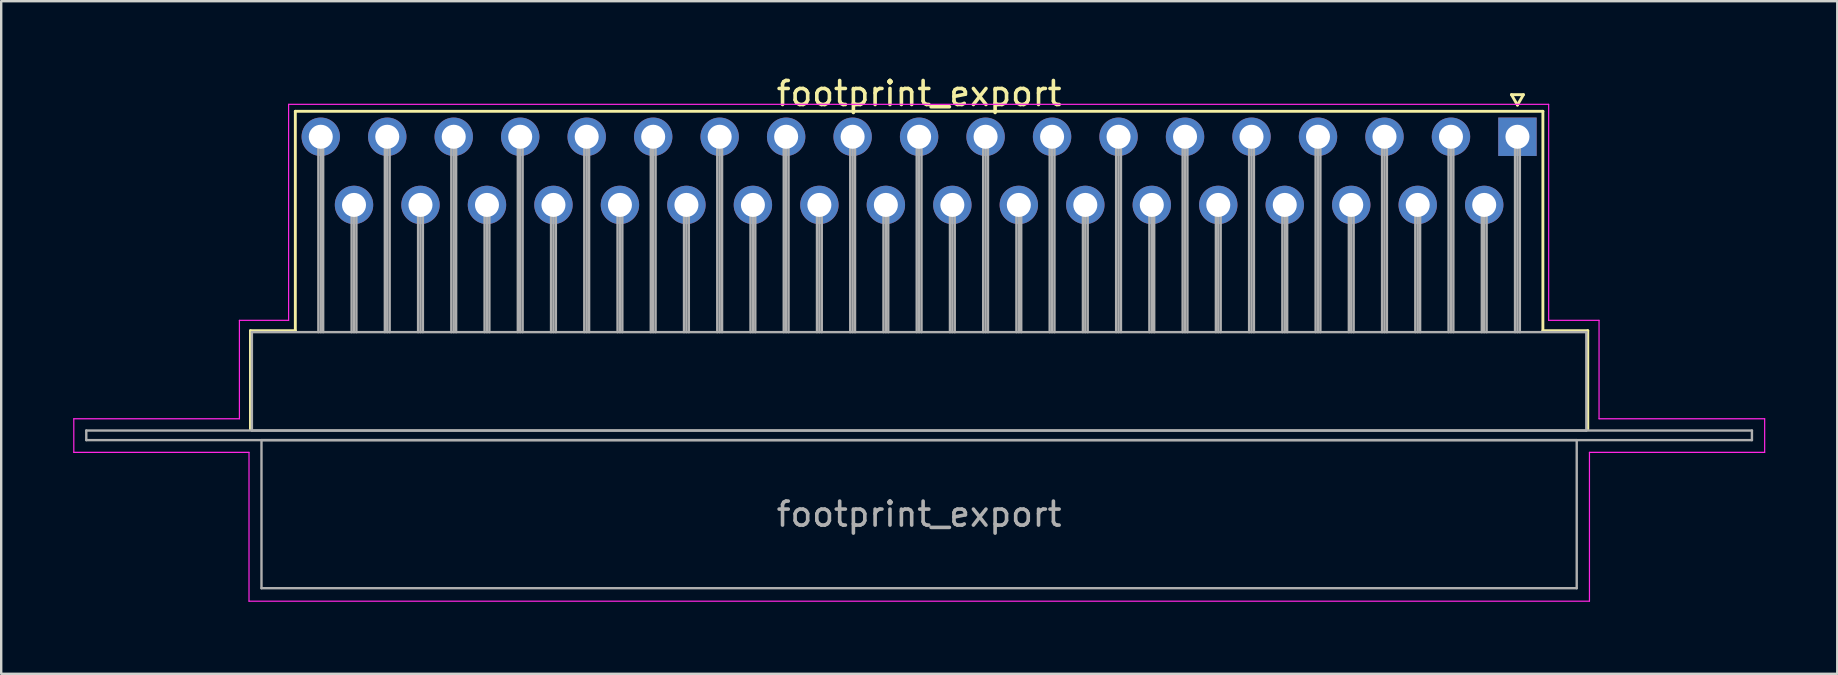
<source format=kicad_pcb>
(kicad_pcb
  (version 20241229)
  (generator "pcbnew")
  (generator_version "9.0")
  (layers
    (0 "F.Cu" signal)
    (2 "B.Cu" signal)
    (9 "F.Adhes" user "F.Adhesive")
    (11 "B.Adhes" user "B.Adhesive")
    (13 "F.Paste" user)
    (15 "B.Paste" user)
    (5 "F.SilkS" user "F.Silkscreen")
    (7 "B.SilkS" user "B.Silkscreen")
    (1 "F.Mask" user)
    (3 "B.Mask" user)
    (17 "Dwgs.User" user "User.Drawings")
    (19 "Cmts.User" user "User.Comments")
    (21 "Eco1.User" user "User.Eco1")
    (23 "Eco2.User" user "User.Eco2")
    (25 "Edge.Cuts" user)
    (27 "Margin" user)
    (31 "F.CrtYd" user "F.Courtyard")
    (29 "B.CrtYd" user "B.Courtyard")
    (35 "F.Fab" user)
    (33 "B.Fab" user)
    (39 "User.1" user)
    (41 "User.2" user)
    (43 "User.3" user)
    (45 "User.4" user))
  (footprint "footprint_export"
    (layer "F.Cu")
    (at 60.175 2.648)
    (property "Reference" "footprint_export" (at -24.93 -1.8 0) (layer "F.SilkS") (effects (font (size 1 1) (thickness 0.15))))
    (attr through_hole)
    (fp_line (start -52.79 8.08) (end -50.92 8.08) (stroke (width 0.12) (type solid)) (layer "F.SilkS"))
    (fp_line (start -52.79 12.18) (end -52.79 8.08) (stroke (width 0.12) (type solid)) (layer "F.SilkS"))
    (fp_line (start -50.92 -1.06) (end 1.06 -1.06) (stroke (width 0.12) (type solid)) (layer "F.SilkS"))
    (fp_line (start -50.92 8.08) (end -50.92 -1.06) (stroke (width 0.12) (type solid)) (layer "F.SilkS"))
    (fp_line (start -0.25 -1.754) (end 0.25 -1.754) (stroke (width 0.12) (type solid)) (layer "F.SilkS"))
    (fp_line (start 0 -1.321) (end -0.25 -1.754) (stroke (width 0.12) (type solid)) (layer "F.SilkS"))
    (fp_line (start 0.25 -1.754) (end 0 -1.321) (stroke (width 0.12) (type solid)) (layer "F.SilkS"))
    (fp_line (start 1.06 -1.06) (end 1.06 8.08) (stroke (width 0.12) (type solid)) (layer "F.SilkS"))
    (fp_line (start 1.06 8.08) (end 2.93 8.08) (stroke (width 0.12) (type solid)) (layer "F.SilkS"))
    (fp_line (start 2.93 8.08) (end 2.93 12.18) (stroke (width 0.12) (type solid)) (layer "F.SilkS"))
    (fp_line (start -60.15 11.75) (end -53.25 11.75) (stroke (width 0.05) (type solid)) (layer "F.CrtYd"))
    (fp_line (start -60.15 13.15) (end -60.15 11.75) (stroke (width 0.05) (type solid)) (layer "F.CrtYd"))
    (fp_line (start -53.25 7.65) (end -51.2 7.65) (stroke (width 0.05) (type solid)) (layer "F.CrtYd"))
    (fp_line (start -53.25 11.75) (end -53.25 7.65) (stroke (width 0.05) (type solid)) (layer "F.CrtYd"))
    (fp_line (start -52.85 13.15) (end -60.15 13.15) (stroke (width 0.05) (type solid)) (layer "F.CrtYd"))
    (fp_line (start -52.85 19.35) (end -52.85 13.15) (stroke (width 0.05) (type solid)) (layer "F.CrtYd"))
    (fp_line (start -51.2 -1.35) (end 1.3 -1.35) (stroke (width 0.05) (type solid)) (layer "F.CrtYd"))
    (fp_line (start -51.2 7.65) (end -51.2 -1.35) (stroke (width 0.05) (type solid)) (layer "F.CrtYd"))
    (fp_line (start 1.3 -1.35) (end 1.3 7.65) (stroke (width 0.05) (type solid)) (layer "F.CrtYd"))
    (fp_line (start 1.3 7.65) (end 3.4 7.65) (stroke (width 0.05) (type solid)) (layer "F.CrtYd"))
    (fp_line (start 3 13.15) (end 3 19.35) (stroke (width 0.05) (type solid)) (layer "F.CrtYd"))
    (fp_line (start 3 19.35) (end -52.85 19.35) (stroke (width 0.05) (type solid)) (layer "F.CrtYd"))
    (fp_line (start 3.4 7.65) (end 3.4 11.75) (stroke (width 0.05) (type solid)) (layer "F.CrtYd"))
    (fp_line (start 3.4 11.75) (end 10.3 11.75) (stroke (width 0.05) (type solid)) (layer "F.CrtYd"))
    (fp_line (start 10.3 11.75) (end 10.3 13.15) (stroke (width 0.05) (type solid)) (layer "F.CrtYd"))
    (fp_line (start 10.3 13.15) (end 3 13.15) (stroke (width 0.05) (type solid)) (layer "F.CrtYd"))
    (fp_line (start -59.63 12.24) (end -59.63 12.64) (stroke (width 0.1) (type solid)) (layer "F.Fab"))
    (fp_line (start -59.63 12.64) (end 9.77 12.64) (stroke (width 0.1) (type solid)) (layer "F.Fab"))
    (fp_line (start -52.73 8.14) (end -52.73 12.24) (stroke (width 0.1) (type solid)) (layer "F.Fab"))
    (fp_line (start -52.73 12.24) (end 2.87 12.24) (stroke (width 0.1) (type solid)) (layer "F.Fab"))
    (fp_line (start -52.33 12.64) (end -52.33 18.81) (stroke (width 0.1) (type solid)) (layer "F.Fab"))
    (fp_line (start -52.33 18.81) (end 2.47 18.81) (stroke (width 0.1) (type solid)) (layer "F.Fab"))
    (fp_line (start -49.96 0) (end -49.96 8.14) (stroke (width 0.1) (type solid)) (layer "F.Fab"))
    (fp_line (start -49.86 0) (end -49.86 8.14) (stroke (width 0.1) (type solid)) (layer "F.Fab"))
    (fp_line (start -49.76 0) (end -49.76 8.14) (stroke (width 0.1) (type solid)) (layer "F.Fab"))
    (fp_line (start -48.575 2.84) (end -48.575 8.14) (stroke (width 0.1) (type solid)) (layer "F.Fab"))
    (fp_line (start -48.475 2.84) (end -48.475 8.14) (stroke (width 0.1) (type solid)) (layer "F.Fab"))
    (fp_line (start -48.375 2.84) (end -48.375 8.14) (stroke (width 0.1) (type solid)) (layer "F.Fab"))
    (fp_line (start -47.19 0) (end -47.19 8.14) (stroke (width 0.1) (type solid)) (layer "F.Fab"))
    (fp_line (start -47.09 0) (end -47.09 8.14) (stroke (width 0.1) (type solid)) (layer "F.Fab"))
    (fp_line (start -46.99 0) (end -46.99 8.14) (stroke (width 0.1) (type solid)) (layer "F.Fab"))
    (fp_line (start -45.805 2.84) (end -45.805 8.14) (stroke (width 0.1) (type solid)) (layer "F.Fab"))
    (fp_line (start -45.705 2.84) (end -45.705 8.14) (stroke (width 0.1) (type solid)) (layer "F.Fab"))
    (fp_line (start -45.605 2.84) (end -45.605 8.14) (stroke (width 0.1) (type solid)) (layer "F.Fab"))
    (fp_line (start -44.42 0) (end -44.42 8.14) (stroke (width 0.1) (type solid)) (layer "F.Fab"))
    (fp_line (start -44.32 0) (end -44.32 8.14) (stroke (width 0.1) (type solid)) (layer "F.Fab"))
    (fp_line (start -44.22 0) (end -44.22 8.14) (stroke (width 0.1) (type solid)) (layer "F.Fab"))
    (fp_line (start -43.035 2.84) (end -43.035 8.14) (stroke (width 0.1) (type solid)) (layer "F.Fab"))
    (fp_line (start -42.935 2.84) (end -42.935 8.14) (stroke (width 0.1) (type solid)) (layer "F.Fab"))
    (fp_line (start -42.835 2.84) (end -42.835 8.14) (stroke (width 0.1) (type solid)) (layer "F.Fab"))
    (fp_line (start -41.65 0) (end -41.65 8.14) (stroke (width 0.1) (type solid)) (layer "F.Fab"))
    (fp_line (start -41.55 0) (end -41.55 8.14) (stroke (width 0.1) (type solid)) (layer "F.Fab"))
    (fp_line (start -41.45 0) (end -41.45 8.14) (stroke (width 0.1) (type solid)) (layer "F.Fab"))
    (fp_line (start -40.265 2.84) (end -40.265 8.14) (stroke (width 0.1) (type solid)) (layer "F.Fab"))
    (fp_line (start -40.165 2.84) (end -40.165 8.14) (stroke (width 0.1) (type solid)) (layer "F.Fab"))
    (fp_line (start -40.065 2.84) (end -40.065 8.14) (stroke (width 0.1) (type solid)) (layer "F.Fab"))
    (fp_line (start -38.88 0) (end -38.88 8.14) (stroke (width 0.1) (type solid)) (layer "F.Fab"))
    (fp_line (start -38.78 0) (end -38.78 8.14) (stroke (width 0.1) (type solid)) (layer "F.Fab"))
    (fp_line (start -38.68 0) (end -38.68 8.14) (stroke (width 0.1) (type solid)) (layer "F.Fab"))
    (fp_line (start -37.495 2.84) (end -37.495 8.14) (stroke (width 0.1) (type solid)) (layer "F.Fab"))
    (fp_line (start -37.395 2.84) (end -37.395 8.14) (stroke (width 0.1) (type solid)) (layer "F.Fab"))
    (fp_line (start -37.295 2.84) (end -37.295 8.14) (stroke (width 0.1) (type solid)) (layer "F.Fab"))
    (fp_line (start -36.11 0) (end -36.11 8.14) (stroke (width 0.1) (type solid)) (layer "F.Fab"))
    (fp_line (start -36.01 0) (end -36.01 8.14) (stroke (width 0.1) (type solid)) (layer "F.Fab"))
    (fp_line (start -35.91 0) (end -35.91 8.14) (stroke (width 0.1) (type solid)) (layer "F.Fab"))
    (fp_line (start -34.725 2.84) (end -34.725 8.14) (stroke (width 0.1) (type solid)) (layer "F.Fab"))
    (fp_line (start -34.625 2.84) (end -34.625 8.14) (stroke (width 0.1) (type solid)) (layer "F.Fab"))
    (fp_line (start -34.525 2.84) (end -34.525 8.14) (stroke (width 0.1) (type solid)) (layer "F.Fab"))
    (fp_line (start -33.34 0) (end -33.34 8.14) (stroke (width 0.1) (type solid)) (layer "F.Fab"))
    (fp_line (start -33.24 0) (end -33.24 8.14) (stroke (width 0.1) (type solid)) (layer "F.Fab"))
    (fp_line (start -33.14 0) (end -33.14 8.14) (stroke (width 0.1) (type solid)) (layer "F.Fab"))
    (fp_line (start -31.955 2.84) (end -31.955 8.14) (stroke (width 0.1) (type solid)) (layer "F.Fab"))
    (fp_line (start -31.855 2.84) (end -31.855 8.14) (stroke (width 0.1) (type solid)) (layer "F.Fab"))
    (fp_line (start -31.755 2.84) (end -31.755 8.14) (stroke (width 0.1) (type solid)) (layer "F.Fab"))
    (fp_line (start -30.57 0) (end -30.57 8.14) (stroke (width 0.1) (type solid)) (layer "F.Fab"))
    (fp_line (start -30.47 0) (end -30.47 8.14) (stroke (width 0.1) (type solid)) (layer "F.Fab"))
    (fp_line (start -30.37 0) (end -30.37 8.14) (stroke (width 0.1) (type solid)) (layer "F.Fab"))
    (fp_line (start -29.185 2.84) (end -29.185 8.14) (stroke (width 0.1) (type solid)) (layer "F.Fab"))
    (fp_line (start -29.085 2.84) (end -29.085 8.14) (stroke (width 0.1) (type solid)) (layer "F.Fab"))
    (fp_line (start -28.985 2.84) (end -28.985 8.14) (stroke (width 0.1) (type solid)) (layer "F.Fab"))
    (fp_line (start -27.8 0) (end -27.8 8.14) (stroke (width 0.1) (type solid)) (layer "F.Fab"))
    (fp_line (start -27.7 0) (end -27.7 8.14) (stroke (width 0.1) (type solid)) (layer "F.Fab"))
    (fp_line (start -27.6 0) (end -27.6 8.14) (stroke (width 0.1) (type solid)) (layer "F.Fab"))
    (fp_line (start -26.415 2.84) (end -26.415 8.14) (stroke (width 0.1) (type solid)) (layer "F.Fab"))
    (fp_line (start -26.315 2.84) (end -26.315 8.14) (stroke (width 0.1) (type solid)) (layer "F.Fab"))
    (fp_line (start -26.215 2.84) (end -26.215 8.14) (stroke (width 0.1) (type solid)) (layer "F.Fab"))
    (fp_line (start -25.03 0) (end -25.03 8.14) (stroke (width 0.1) (type solid)) (layer "F.Fab"))
    (fp_line (start -24.93 0) (end -24.93 8.14) (stroke (width 0.1) (type solid)) (layer "F.Fab"))
    (fp_line (start -24.83 0) (end -24.83 8.14) (stroke (width 0.1) (type solid)) (layer "F.Fab"))
    (fp_line (start -23.645 2.84) (end -23.645 8.14) (stroke (width 0.1) (type solid)) (layer "F.Fab"))
    (fp_line (start -23.545 2.84) (end -23.545 8.14) (stroke (width 0.1) (type solid)) (layer "F.Fab"))
    (fp_line (start -23.445 2.84) (end -23.445 8.14) (stroke (width 0.1) (type solid)) (layer "F.Fab"))
    (fp_line (start -22.26 0) (end -22.26 8.14) (stroke (width 0.1) (type solid)) (layer "F.Fab"))
    (fp_line (start -22.16 0) (end -22.16 8.14) (stroke (width 0.1) (type solid)) (layer "F.Fab"))
    (fp_line (start -22.06 0) (end -22.06 8.14) (stroke (width 0.1) (type solid)) (layer "F.Fab"))
    (fp_line (start -20.875 2.84) (end -20.875 8.14) (stroke (width 0.1) (type solid)) (layer "F.Fab"))
    (fp_line (start -20.775 2.84) (end -20.775 8.14) (stroke (width 0.1) (type solid)) (layer "F.Fab"))
    (fp_line (start -20.675 2.84) (end -20.675 8.14) (stroke (width 0.1) (type solid)) (layer "F.Fab"))
    (fp_line (start -19.49 0) (end -19.49 8.14) (stroke (width 0.1) (type solid)) (layer "F.Fab"))
    (fp_line (start -19.39 0) (end -19.39 8.14) (stroke (width 0.1) (type solid)) (layer "F.Fab"))
    (fp_line (start -19.29 0) (end -19.29 8.14) (stroke (width 0.1) (type solid)) (layer "F.Fab"))
    (fp_line (start -18.105 2.84) (end -18.105 8.14) (stroke (width 0.1) (type solid)) (layer "F.Fab"))
    (fp_line (start -18.005 2.84) (end -18.005 8.14) (stroke (width 0.1) (type solid)) (layer "F.Fab"))
    (fp_line (start -17.905 2.84) (end -17.905 8.14) (stroke (width 0.1) (type solid)) (layer "F.Fab"))
    (fp_line (start -16.72 0) (end -16.72 8.14) (stroke (width 0.1) (type solid)) (layer "F.Fab"))
    (fp_line (start -16.62 0) (end -16.62 8.14) (stroke (width 0.1) (type solid)) (layer "F.Fab"))
    (fp_line (start -16.52 0) (end -16.52 8.14) (stroke (width 0.1) (type solid)) (layer "F.Fab"))
    (fp_line (start -15.335 2.84) (end -15.335 8.14) (stroke (width 0.1) (type solid)) (layer "F.Fab"))
    (fp_line (start -15.235 2.84) (end -15.235 8.14) (stroke (width 0.1) (type solid)) (layer "F.Fab"))
    (fp_line (start -15.135 2.84) (end -15.135 8.14) (stroke (width 0.1) (type solid)) (layer "F.Fab"))
    (fp_line (start -13.95 0) (end -13.95 8.14) (stroke (width 0.1) (type solid)) (layer "F.Fab"))
    (fp_line (start -13.85 0) (end -13.85 8.14) (stroke (width 0.1) (type solid)) (layer "F.Fab"))
    (fp_line (start -13.75 0) (end -13.75 8.14) (stroke (width 0.1) (type solid)) (layer "F.Fab"))
    (fp_line (start -12.565 2.84) (end -12.565 8.14) (stroke (width 0.1) (type solid)) (layer "F.Fab"))
    (fp_line (start -12.465 2.84) (end -12.465 8.14) (stroke (width 0.1) (type solid)) (layer "F.Fab"))
    (fp_line (start -12.365 2.84) (end -12.365 8.14) (stroke (width 0.1) (type solid)) (layer "F.Fab"))
    (fp_line (start -11.18 0) (end -11.18 8.14) (stroke (width 0.1) (type solid)) (layer "F.Fab"))
    (fp_line (start -11.08 0) (end -11.08 8.14) (stroke (width 0.1) (type solid)) (layer "F.Fab"))
    (fp_line (start -10.98 0) (end -10.98 8.14) (stroke (width 0.1) (type solid)) (layer "F.Fab"))
    (fp_line (start -9.795 2.84) (end -9.795 8.14) (stroke (width 0.1) (type solid)) (layer "F.Fab"))
    (fp_line (start -9.695 2.84) (end -9.695 8.14) (stroke (width 0.1) (type solid)) (layer "F.Fab"))
    (fp_line (start -9.595 2.84) (end -9.595 8.14) (stroke (width 0.1) (type solid)) (layer "F.Fab"))
    (fp_line (start -8.41 0) (end -8.41 8.14) (stroke (width 0.1) (type solid)) (layer "F.Fab"))
    (fp_line (start -8.31 0) (end -8.31 8.14) (stroke (width 0.1) (type solid)) (layer "F.Fab"))
    (fp_line (start -8.21 0) (end -8.21 8.14) (stroke (width 0.1) (type solid)) (layer "F.Fab"))
    (fp_line (start -7.025 2.84) (end -7.025 8.14) (stroke (width 0.1) (type solid)) (layer "F.Fab"))
    (fp_line (start -6.925 2.84) (end -6.925 8.14) (stroke (width 0.1) (type solid)) (layer "F.Fab"))
    (fp_line (start -6.825 2.84) (end -6.825 8.14) (stroke (width 0.1) (type solid)) (layer "F.Fab"))
    (fp_line (start -5.64 0) (end -5.64 8.14) (stroke (width 0.1) (type solid)) (layer "F.Fab"))
    (fp_line (start -5.54 0) (end -5.54 8.14) (stroke (width 0.1) (type solid)) (layer "F.Fab"))
    (fp_line (start -5.44 0) (end -5.44 8.14) (stroke (width 0.1) (type solid)) (layer "F.Fab"))
    (fp_line (start -4.255 2.84) (end -4.255 8.14) (stroke (width 0.1) (type solid)) (layer "F.Fab"))
    (fp_line (start -4.155 2.84) (end -4.155 8.14) (stroke (width 0.1) (type solid)) (layer "F.Fab"))
    (fp_line (start -4.055 2.84) (end -4.055 8.14) (stroke (width 0.1) (type solid)) (layer "F.Fab"))
    (fp_line (start -2.87 0) (end -2.87 8.14) (stroke (width 0.1) (type solid)) (layer "F.Fab"))
    (fp_line (start -2.77 0) (end -2.77 8.14) (stroke (width 0.1) (type solid)) (layer "F.Fab"))
    (fp_line (start -2.67 0) (end -2.67 8.14) (stroke (width 0.1) (type solid)) (layer "F.Fab"))
    (fp_line (start -1.485 2.84) (end -1.485 8.14) (stroke (width 0.1) (type solid)) (layer "F.Fab"))
    (fp_line (start -1.385 2.84) (end -1.385 8.14) (stroke (width 0.1) (type solid)) (layer "F.Fab"))
    (fp_line (start -1.285 2.84) (end -1.285 8.14) (stroke (width 0.1) (type solid)) (layer "F.Fab"))
    (fp_line (start -0.1 0) (end -0.1 8.14) (stroke (width 0.1) (type solid)) (layer "F.Fab"))
    (fp_line (start 0 0) (end 0 8.14) (stroke (width 0.1) (type solid)) (layer "F.Fab"))
    (fp_line (start 0.1 0) (end 0.1 8.14) (stroke (width 0.1) (type solid)) (layer "F.Fab"))
    (fp_line (start 2.47 12.64) (end -52.33 12.64) (stroke (width 0.1) (type solid)) (layer "F.Fab"))
    (fp_line (start 2.47 18.81) (end 2.47 12.64) (stroke (width 0.1) (type solid)) (layer "F.Fab"))
    (fp_line (start 2.87 8.14) (end -52.73 8.14) (stroke (width 0.1) (type solid)) (layer "F.Fab"))
    (fp_line (start 2.87 12.24) (end 2.87 8.14) (stroke (width 0.1) (type solid)) (layer "F.Fab"))
    (fp_line (start 9.77 12.24) (end -59.63 12.24) (stroke (width 0.1) (type solid)) (layer "F.Fab"))
    (fp_line (start 9.77 12.64) (end 9.77 12.24) (stroke (width 0.1) (type solid)) (layer "F.Fab"))
    (fp_text user "${REFERENCE}" (at -24.93 15.725 0) (layer "F.Fab") (effects (font (size 1 1) (thickness 0.15))))
    (pad "1" thru_hole rect (at 0 0) (size 1.6 1.6) (drill 1) (layers "*.Cu" "*.Mask"))
    (pad "2" thru_hole circle (at -2.77 0) (size 1.6 1.6) (drill 1) (layers "*.Cu" "*.Mask"))
    (pad "3" thru_hole circle (at -5.54 0) (size 1.6 1.6) (drill 1) (layers "*.Cu" "*.Mask"))
    (pad "4" thru_hole circle (at -8.31 0) (size 1.6 1.6) (drill 1) (layers "*.Cu" "*.Mask"))
    (pad "5" thru_hole circle (at -11.08 0) (size 1.6 1.6) (drill 1) (layers "*.Cu" "*.Mask"))
    (pad "6" thru_hole circle (at -13.85 0) (size 1.6 1.6) (drill 1) (layers "*.Cu" "*.Mask"))
    (pad "7" thru_hole circle (at -16.62 0) (size 1.6 1.6) (drill 1) (layers "*.Cu" "*.Mask"))
    (pad "8" thru_hole circle (at -19.39 0) (size 1.6 1.6) (drill 1) (layers "*.Cu" "*.Mask"))
    (pad "9" thru_hole circle (at -22.16 0) (size 1.6 1.6) (drill 1) (layers "*.Cu" "*.Mask"))
    (pad "10" thru_hole circle (at -24.93 0) (size 1.6 1.6) (drill 1) (layers "*.Cu" "*.Mask"))
    (pad "11" thru_hole circle (at -27.7 0) (size 1.6 1.6) (drill 1) (layers "*.Cu" "*.Mask"))
    (pad "12" thru_hole circle (at -30.47 0) (size 1.6 1.6) (drill 1) (layers "*.Cu" "*.Mask"))
    (pad "13" thru_hole circle (at -33.24 0) (size 1.6 1.6) (drill 1) (layers "*.Cu" "*.Mask"))
    (pad "14" thru_hole circle (at -36.01 0) (size 1.6 1.6) (drill 1) (layers "*.Cu" "*.Mask"))
    (pad "15" thru_hole circle (at -38.78 0) (size 1.6 1.6) (drill 1) (layers "*.Cu" "*.Mask"))
    (pad "16" thru_hole circle (at -41.55 0) (size 1.6 1.6) (drill 1) (layers "*.Cu" "*.Mask"))
    (pad "17" thru_hole circle (at -44.32 0) (size 1.6 1.6) (drill 1) (layers "*.Cu" "*.Mask"))
    (pad "18" thru_hole circle (at -47.09 0) (size 1.6 1.6) (drill 1) (layers "*.Cu" "*.Mask"))
    (pad "19" thru_hole circle (at -49.86 0) (size 1.6 1.6) (drill 1) (layers "*.Cu" "*.Mask"))
    (pad "20" thru_hole circle (at -1.385 2.84) (size 1.6 1.6) (drill 1) (layers "*.Cu" "*.Mask"))
    (pad "21" thru_hole circle (at -4.155 2.84) (size 1.6 1.6) (drill 1) (layers "*.Cu" "*.Mask"))
    (pad "22" thru_hole circle (at -6.925 2.84) (size 1.6 1.6) (drill 1) (layers "*.Cu" "*.Mask"))
    (pad "23" thru_hole circle (at -9.695 2.84) (size 1.6 1.6) (drill 1) (layers "*.Cu" "*.Mask"))
    (pad "24" thru_hole circle (at -12.465 2.84) (size 1.6 1.6) (drill 1) (layers "*.Cu" "*.Mask"))
    (pad "25" thru_hole circle (at -15.235 2.84) (size 1.6 1.6) (drill 1) (layers "*.Cu" "*.Mask"))
    (pad "26" thru_hole circle (at -18.005 2.84) (size 1.6 1.6) (drill 1) (layers "*.Cu" "*.Mask"))
    (pad "27" thru_hole circle (at -20.775 2.84) (size 1.6 1.6) (drill 1) (layers "*.Cu" "*.Mask"))
    (pad "28" thru_hole circle (at -23.545 2.84) (size 1.6 1.6) (drill 1) (layers "*.Cu" "*.Mask"))
    (pad "29" thru_hole circle (at -26.315 2.84) (size 1.6 1.6) (drill 1) (layers "*.Cu" "*.Mask"))
    (pad "30" thru_hole circle (at -29.085 2.84) (size 1.6 1.6) (drill 1) (layers "*.Cu" "*.Mask"))
    (pad "31" thru_hole circle (at -31.855 2.84) (size 1.6 1.6) (drill 1) (layers "*.Cu" "*.Mask"))
    (pad "32" thru_hole circle (at -34.625 2.84) (size 1.6 1.6) (drill 1) (layers "*.Cu" "*.Mask"))
    (pad "33" thru_hole circle (at -37.395 2.84) (size 1.6 1.6) (drill 1) (layers "*.Cu" "*.Mask"))
    (pad "34" thru_hole circle (at -40.165 2.84) (size 1.6 1.6) (drill 1) (layers "*.Cu" "*.Mask"))
    (pad "35" thru_hole circle (at -42.935 2.84) (size 1.6 1.6) (drill 1) (layers "*.Cu" "*.Mask"))
    (pad "36" thru_hole circle (at -45.705 2.84) (size 1.6 1.6) (drill 1) (layers "*.Cu" "*.Mask"))
    (pad "37" thru_hole circle (at -48.475 2.84) (size 1.6 1.6) (drill 1) (layers "*.Cu" "*.Mask")))
  (gr_rect
    (start -3 -3)
    (end 73.5 25.023)
    (stroke (width 0.1) (type default))
    (fill no)
    (layer "Edge.Cuts")))
</source>
